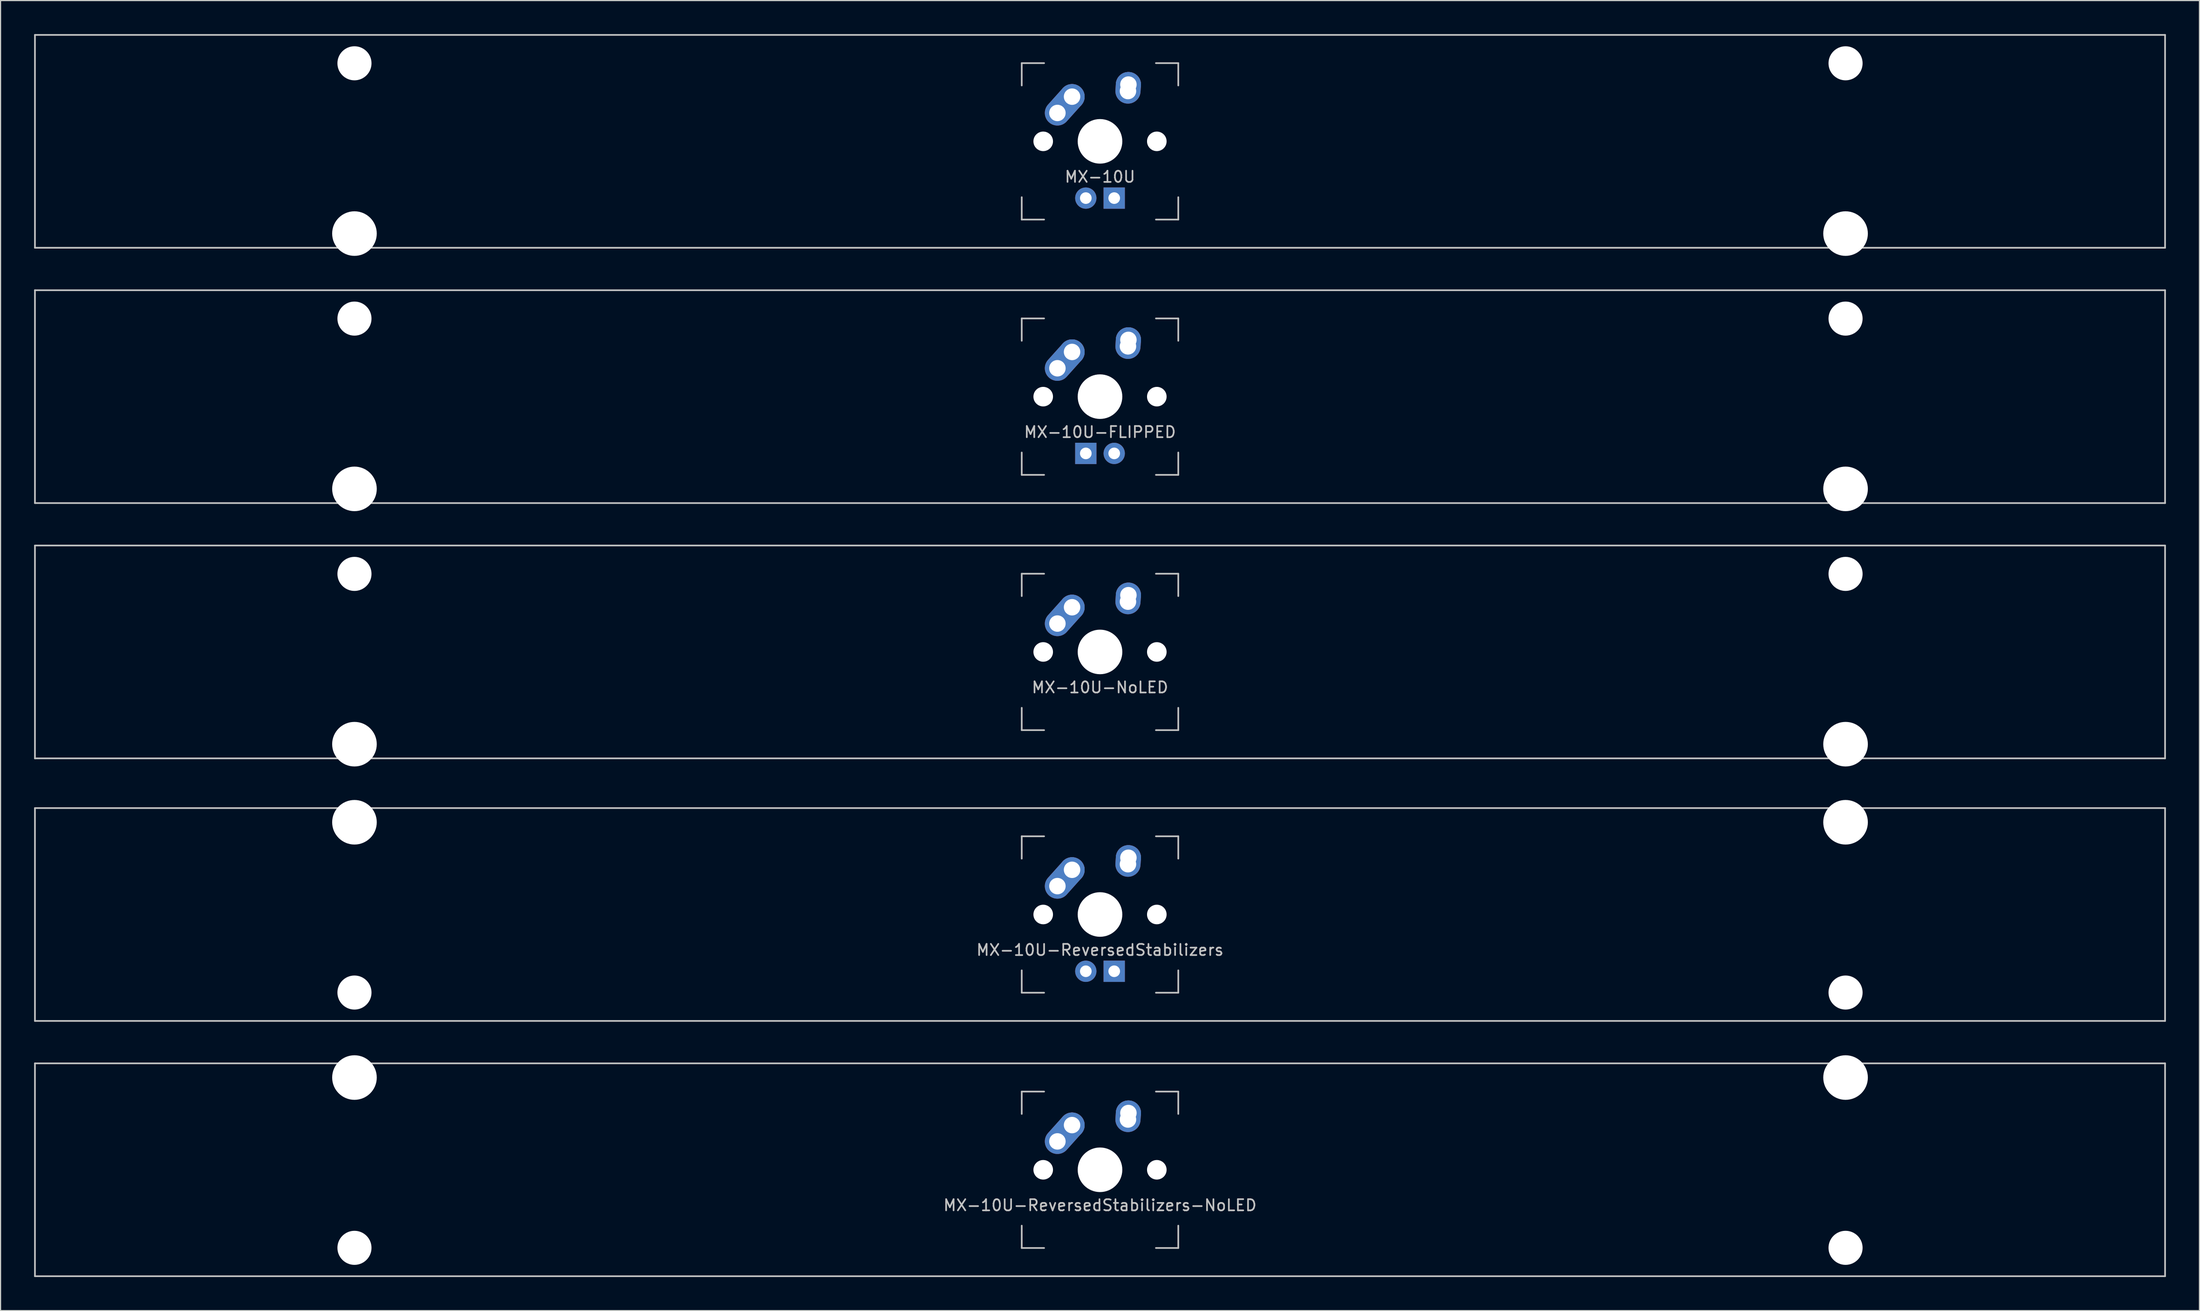
<source format=kicad_pcb>
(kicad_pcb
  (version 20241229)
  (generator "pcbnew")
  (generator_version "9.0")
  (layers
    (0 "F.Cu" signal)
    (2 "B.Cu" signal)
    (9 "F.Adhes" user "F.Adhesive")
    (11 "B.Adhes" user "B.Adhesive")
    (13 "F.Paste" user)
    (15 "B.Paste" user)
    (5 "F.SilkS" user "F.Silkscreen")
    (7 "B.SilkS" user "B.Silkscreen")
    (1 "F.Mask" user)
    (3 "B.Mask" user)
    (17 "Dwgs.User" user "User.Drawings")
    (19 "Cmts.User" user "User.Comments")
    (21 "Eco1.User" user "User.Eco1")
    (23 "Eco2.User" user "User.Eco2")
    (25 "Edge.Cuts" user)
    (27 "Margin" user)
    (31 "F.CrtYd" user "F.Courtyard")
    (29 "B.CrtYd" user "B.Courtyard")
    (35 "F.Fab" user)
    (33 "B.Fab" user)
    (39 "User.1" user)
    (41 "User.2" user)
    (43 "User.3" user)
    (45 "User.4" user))
  (footprint "MX-10U-FLIPPED"
    (layer "F.Cu")
    (at 95.325 32.449)
    (property "Reference" "MX-10U-FLIPPED" (at 0 3.175 0) (layer "Dwgs.User") (effects (font (size 1 1) (thickness 0.15))))
    (attr through_hole)
    (fp_line (start -95.25 -9.525) (end 95.25 -9.525) (stroke (width 0.15) (type solid)) (layer "Dwgs.User"))
    (fp_line (start -95.25 9.525) (end -95.25 -9.525) (stroke (width 0.15) (type solid)) (layer "Dwgs.User"))
    (fp_line (start -95.25 9.525) (end 95.25 9.525) (stroke (width 0.15) (type solid)) (layer "Dwgs.User"))
    (fp_line (start -7 -7) (end -7 -5) (stroke (width 0.15) (type solid)) (layer "Dwgs.User"))
    (fp_line (start -7 5) (end -7 7) (stroke (width 0.15) (type solid)) (layer "Dwgs.User"))
    (fp_line (start -7 7) (end -5 7) (stroke (width 0.15) (type solid)) (layer "Dwgs.User"))
    (fp_line (start -5 -7) (end -7 -7) (stroke (width 0.15) (type solid)) (layer "Dwgs.User"))
    (fp_line (start 5 -7) (end 7 -7) (stroke (width 0.15) (type solid)) (layer "Dwgs.User"))
    (fp_line (start 5 7) (end 7 7) (stroke (width 0.15) (type solid)) (layer "Dwgs.User"))
    (fp_line (start 7 -7) (end 7 -5) (stroke (width 0.15) (type solid)) (layer "Dwgs.User"))
    (fp_line (start 7 7) (end 7 5) (stroke (width 0.15) (type solid)) (layer "Dwgs.User"))
    (fp_line (start 95.25 -9.525) (end 95.25 9.525) (stroke (width 0.15) (type solid)) (layer "Dwgs.User"))
    (pad "" np_thru_hole circle (at -66.675 -6.985) (size 3.048 3.048) (drill 3.048) (layers "*.Cu" "*.Mask"))
    (pad "" np_thru_hole circle (at -66.675 8.255) (size 3.988 3.988) (drill 3.988) (layers "*.Cu" "*.Mask"))
    (pad "" np_thru_hole circle (at -5.08 0 48.1) (size 1.75 1.75) (drill 1.75) (layers "*.Cu" "*.Mask"))
    (pad "" np_thru_hole circle (at 0 0) (size 3.988 3.988) (drill 3.988) (layers "*.Cu" "*.Mask"))
    (pad "" np_thru_hole circle (at 5.08 0 48.1) (size 1.75 1.75) (drill 1.75) (layers "*.Cu" "*.Mask"))
    (pad "" np_thru_hole circle (at 66.675 -6.985) (size 3.048 3.048) (drill 3.048) (layers "*.Cu" "*.Mask"))
    (pad "" np_thru_hole circle (at 66.675 8.255) (size 3.988 3.988) (drill 3.988) (layers "*.Cu" "*.Mask"))
    (pad "1" thru_hole oval (at -3.81 -2.54 48.1) (size 4.212 2.25) (drill 1.47 (offset 0.981 0)) (layers "*.Cu" "B.Mask"))
    (pad "1" thru_hole circle (at -2.5 -4) (size 2.25 2.25) (drill 1.47) (layers "*.Cu" "B.Mask"))
    (pad "2" thru_hole oval (at 2.5 -4.5 86.055) (size 2.831 2.25) (drill 1.47 (offset 0.291 0)) (layers "*.Cu" "B.Mask"))
    (pad "2" thru_hole circle (at 2.54 -5.08) (size 2.25 2.25) (drill 1.47) (layers "*.Cu" "B.Mask"))
    (pad "3" thru_hole circle (at 1.27 5.08) (size 1.905 1.905) (drill 1.04) (layers "*.Cu" "B.Mask"))
    (pad "4" thru_hole rect (at -1.27 5.08) (size 1.905 1.905) (drill 1.04) (layers "*.Cu" "B.Mask")))
  (footprint "MX-10U-NoLED"
    (layer "F.Cu")
    (at 95.325 55.298)
    (property "Reference" "MX-10U-NoLED" (at 0 3.175 0) (layer "Dwgs.User") (effects (font (size 1 1) (thickness 0.15))))
    (attr through_hole)
    (fp_line (start -95.25 -9.525) (end 95.25 -9.525) (stroke (width 0.15) (type solid)) (layer "Dwgs.User"))
    (fp_line (start -95.25 9.525) (end -95.25 -9.525) (stroke (width 0.15) (type solid)) (layer "Dwgs.User"))
    (fp_line (start -95.25 9.525) (end 95.25 9.525) (stroke (width 0.15) (type solid)) (layer "Dwgs.User"))
    (fp_line (start -7 -7) (end -7 -5) (stroke (width 0.15) (type solid)) (layer "Dwgs.User"))
    (fp_line (start -7 5) (end -7 7) (stroke (width 0.15) (type solid)) (layer "Dwgs.User"))
    (fp_line (start -7 7) (end -5 7) (stroke (width 0.15) (type solid)) (layer "Dwgs.User"))
    (fp_line (start -5 -7) (end -7 -7) (stroke (width 0.15) (type solid)) (layer "Dwgs.User"))
    (fp_line (start 5 -7) (end 7 -7) (stroke (width 0.15) (type solid)) (layer "Dwgs.User"))
    (fp_line (start 5 7) (end 7 7) (stroke (width 0.15) (type solid)) (layer "Dwgs.User"))
    (fp_line (start 7 -7) (end 7 -5) (stroke (width 0.15) (type solid)) (layer "Dwgs.User"))
    (fp_line (start 7 7) (end 7 5) (stroke (width 0.15) (type solid)) (layer "Dwgs.User"))
    (fp_line (start 95.25 -9.525) (end 95.25 9.525) (stroke (width 0.15) (type solid)) (layer "Dwgs.User"))
    (pad "" np_thru_hole circle (at -66.675 -6.985) (size 3.048 3.048) (drill 3.048) (layers "*.Cu" "*.Mask"))
    (pad "" np_thru_hole circle (at -66.675 8.255) (size 3.988 3.988) (drill 3.988) (layers "*.Cu" "*.Mask"))
    (pad "" np_thru_hole circle (at -5.08 0 48.1) (size 1.75 1.75) (drill 1.75) (layers "*.Cu" "*.Mask"))
    (pad "" np_thru_hole circle (at 0 0) (size 3.988 3.988) (drill 3.988) (layers "*.Cu" "*.Mask"))
    (pad "" np_thru_hole circle (at 5.08 0 48.1) (size 1.75 1.75) (drill 1.75) (layers "*.Cu" "*.Mask"))
    (pad "" np_thru_hole circle (at 66.675 -6.985) (size 3.048 3.048) (drill 3.048) (layers "*.Cu" "*.Mask"))
    (pad "" np_thru_hole circle (at 66.675 8.255) (size 3.988 3.988) (drill 3.988) (layers "*.Cu" "*.Mask"))
    (pad "1" thru_hole oval (at -3.81 -2.54 48.1) (size 4.212 2.25) (drill 1.47 (offset 0.981 0)) (layers "*.Cu" "B.Mask"))
    (pad "1" thru_hole circle (at -2.5 -4) (size 2.25 2.25) (drill 1.47) (layers "*.Cu" "B.Mask"))
    (pad "2" thru_hole oval (at 2.5 -4.5 86.055) (size 2.831 2.25) (drill 1.47 (offset 0.291 0)) (layers "*.Cu" "B.Mask"))
    (pad "2" thru_hole circle (at 2.54 -5.08) (size 2.25 2.25) (drill 1.47) (layers "*.Cu" "B.Mask")))
  (footprint "MX-10U"
    (layer "F.Cu")
    (at 95.325 9.6)
    (property "Reference" "MX-10U" (at 0 3.175 0) (layer "Dwgs.User") (effects (font (size 1 1) (thickness 0.15))))
    (attr through_hole)
    (fp_line (start -95.25 -9.525) (end 95.25 -9.525) (stroke (width 0.15) (type solid)) (layer "Dwgs.User"))
    (fp_line (start -95.25 9.525) (end -95.25 -9.525) (stroke (width 0.15) (type solid)) (layer "Dwgs.User"))
    (fp_line (start -95.25 9.525) (end 95.25 9.525) (stroke (width 0.15) (type solid)) (layer "Dwgs.User"))
    (fp_line (start -7 -7) (end -7 -5) (stroke (width 0.15) (type solid)) (layer "Dwgs.User"))
    (fp_line (start -7 5) (end -7 7) (stroke (width 0.15) (type solid)) (layer "Dwgs.User"))
    (fp_line (start -7 7) (end -5 7) (stroke (width 0.15) (type solid)) (layer "Dwgs.User"))
    (fp_line (start -5 -7) (end -7 -7) (stroke (width 0.15) (type solid)) (layer "Dwgs.User"))
    (fp_line (start 5 -7) (end 7 -7) (stroke (width 0.15) (type solid)) (layer "Dwgs.User"))
    (fp_line (start 5 7) (end 7 7) (stroke (width 0.15) (type solid)) (layer "Dwgs.User"))
    (fp_line (start 7 -7) (end 7 -5) (stroke (width 0.15) (type solid)) (layer "Dwgs.User"))
    (fp_line (start 7 7) (end 7 5) (stroke (width 0.15) (type solid)) (layer "Dwgs.User"))
    (fp_line (start 95.25 -9.525) (end 95.25 9.525) (stroke (width 0.15) (type solid)) (layer "Dwgs.User"))
    (pad "" np_thru_hole circle (at -66.675 -6.985) (size 3.048 3.048) (drill 3.048) (layers "*.Cu" "*.Mask"))
    (pad "" np_thru_hole circle (at -66.675 8.255) (size 3.988 3.988) (drill 3.988) (layers "*.Cu" "*.Mask"))
    (pad "" np_thru_hole circle (at -5.08 0 48.1) (size 1.75 1.75) (drill 1.75) (layers "*.Cu" "*.Mask"))
    (pad "" np_thru_hole circle (at 0 0) (size 3.988 3.988) (drill 3.988) (layers "*.Cu" "*.Mask"))
    (pad "" np_thru_hole circle (at 5.08 0 48.1) (size 1.75 1.75) (drill 1.75) (layers "*.Cu" "*.Mask"))
    (pad "" np_thru_hole circle (at 66.675 -6.985) (size 3.048 3.048) (drill 3.048) (layers "*.Cu" "*.Mask"))
    (pad "" np_thru_hole circle (at 66.675 8.255) (size 3.988 3.988) (drill 3.988) (layers "*.Cu" "*.Mask"))
    (pad "1" thru_hole oval (at -3.81 -2.54 48.1) (size 4.212 2.25) (drill 1.47 (offset 0.981 0)) (layers "*.Cu" "B.Mask"))
    (pad "1" thru_hole circle (at -2.5 -4) (size 2.25 2.25) (drill 1.47) (layers "*.Cu" "B.Mask"))
    (pad "2" thru_hole oval (at 2.5 -4.5 86.055) (size 2.831 2.25) (drill 1.47 (offset 0.291 0)) (layers "*.Cu" "B.Mask"))
    (pad "2" thru_hole circle (at 2.54 -5.08) (size 2.25 2.25) (drill 1.47) (layers "*.Cu" "B.Mask"))
    (pad "3" thru_hole circle (at -1.27 5.08) (size 1.905 1.905) (drill 1.04) (layers "*.Cu" "B.Mask"))
    (pad "4" thru_hole rect (at 1.27 5.08) (size 1.905 1.905) (drill 1.04) (layers "*.Cu" "B.Mask")))
  (footprint "MX-10U-ReversedStabilizers-NoLED"
    (layer "F.Cu")
    (at 95.325 101.644)
    (property "Reference" "MX-10U-ReversedStabilizers-NoLED" (at 0 3.175 0) (layer "Dwgs.User") (effects (font (size 1 1) (thickness 0.15))))
    (attr through_hole)
    (fp_line (start -95.25 -9.525) (end 95.25 -9.525) (stroke (width 0.15) (type solid)) (layer "Dwgs.User"))
    (fp_line (start -95.25 9.525) (end -95.25 -9.525) (stroke (width 0.15) (type solid)) (layer "Dwgs.User"))
    (fp_line (start -95.25 9.525) (end 95.25 9.525) (stroke (width 0.15) (type solid)) (layer "Dwgs.User"))
    (fp_line (start -7 -7) (end -7 -5) (stroke (width 0.15) (type solid)) (layer "Dwgs.User"))
    (fp_line (start -7 5) (end -7 7) (stroke (width 0.15) (type solid)) (layer "Dwgs.User"))
    (fp_line (start -7 7) (end -5 7) (stroke (width 0.15) (type solid)) (layer "Dwgs.User"))
    (fp_line (start -5 -7) (end -7 -7) (stroke (width 0.15) (type solid)) (layer "Dwgs.User"))
    (fp_line (start 5 -7) (end 7 -7) (stroke (width 0.15) (type solid)) (layer "Dwgs.User"))
    (fp_line (start 5 7) (end 7 7) (stroke (width 0.15) (type solid)) (layer "Dwgs.User"))
    (fp_line (start 7 -7) (end 7 -5) (stroke (width 0.15) (type solid)) (layer "Dwgs.User"))
    (fp_line (start 7 7) (end 7 5) (stroke (width 0.15) (type solid)) (layer "Dwgs.User"))
    (fp_line (start 95.25 -9.525) (end 95.25 9.525) (stroke (width 0.15) (type solid)) (layer "Dwgs.User"))
    (pad "" np_thru_hole circle (at -66.675 -8.255) (size 3.988 3.988) (drill 3.988) (layers "*.Cu" "*.Mask"))
    (pad "" np_thru_hole circle (at -66.675 6.985) (size 3.048 3.048) (drill 3.048) (layers "*.Cu" "*.Mask"))
    (pad "" np_thru_hole circle (at -5.08 0 48.1) (size 1.75 1.75) (drill 1.75) (layers "*.Cu" "*.Mask"))
    (pad "" np_thru_hole circle (at 0 0) (size 3.988 3.988) (drill 3.988) (layers "*.Cu" "*.Mask"))
    (pad "" np_thru_hole circle (at 5.08 0 48.1) (size 1.75 1.75) (drill 1.75) (layers "*.Cu" "*.Mask"))
    (pad "" np_thru_hole circle (at 66.675 -8.255) (size 3.988 3.988) (drill 3.988) (layers "*.Cu" "*.Mask"))
    (pad "" np_thru_hole circle (at 66.675 6.985) (size 3.048 3.048) (drill 3.048) (layers "*.Cu" "*.Mask"))
    (pad "1" thru_hole oval (at -3.81 -2.54 48.1) (size 4.212 2.25) (drill 1.47 (offset 0.981 0)) (layers "*.Cu" "B.Mask"))
    (pad "1" thru_hole circle (at -2.5 -4) (size 2.25 2.25) (drill 1.47) (layers "*.Cu" "B.Mask"))
    (pad "2" thru_hole oval (at 2.5 -4.5 86.055) (size 2.831 2.25) (drill 1.47 (offset 0.291 0)) (layers "*.Cu" "B.Mask"))
    (pad "2" thru_hole circle (at 2.54 -5.08) (size 2.25 2.25) (drill 1.47) (layers "*.Cu" "B.Mask")))
  (footprint "MX-10U-ReversedStabilizers"
    (layer "F.Cu")
    (at 95.325 78.796)
    (property "Reference" "MX-10U-ReversedStabilizers" (at 0 3.175 0) (layer "Dwgs.User") (effects (font (size 1 1) (thickness 0.15))))
    (attr through_hole)
    (fp_line (start -95.25 -9.525) (end 95.25 -9.525) (stroke (width 0.15) (type solid)) (layer "Dwgs.User"))
    (fp_line (start -95.25 9.525) (end -95.25 -9.525) (stroke (width 0.15) (type solid)) (layer "Dwgs.User"))
    (fp_line (start -95.25 9.525) (end 95.25 9.525) (stroke (width 0.15) (type solid)) (layer "Dwgs.User"))
    (fp_line (start -7 -7) (end -7 -5) (stroke (width 0.15) (type solid)) (layer "Dwgs.User"))
    (fp_line (start -7 5) (end -7 7) (stroke (width 0.15) (type solid)) (layer "Dwgs.User"))
    (fp_line (start -7 7) (end -5 7) (stroke (width 0.15) (type solid)) (layer "Dwgs.User"))
    (fp_line (start -5 -7) (end -7 -7) (stroke (width 0.15) (type solid)) (layer "Dwgs.User"))
    (fp_line (start 5 -7) (end 7 -7) (stroke (width 0.15) (type solid)) (layer "Dwgs.User"))
    (fp_line (start 5 7) (end 7 7) (stroke (width 0.15) (type solid)) (layer "Dwgs.User"))
    (fp_line (start 7 -7) (end 7 -5) (stroke (width 0.15) (type solid)) (layer "Dwgs.User"))
    (fp_line (start 7 7) (end 7 5) (stroke (width 0.15) (type solid)) (layer "Dwgs.User"))
    (fp_line (start 95.25 -9.525) (end 95.25 9.525) (stroke (width 0.15) (type solid)) (layer "Dwgs.User"))
    (pad "" np_thru_hole circle (at -66.675 -8.255) (size 3.988 3.988) (drill 3.988) (layers "*.Cu" "*.Mask"))
    (pad "" np_thru_hole circle (at -66.675 6.985) (size 3.048 3.048) (drill 3.048) (layers "*.Cu" "*.Mask"))
    (pad "" np_thru_hole circle (at -5.08 0 48.1) (size 1.75 1.75) (drill 1.75) (layers "*.Cu" "*.Mask"))
    (pad "" np_thru_hole circle (at 0 0) (size 3.988 3.988) (drill 3.988) (layers "*.Cu" "*.Mask"))
    (pad "" np_thru_hole circle (at 5.08 0 48.1) (size 1.75 1.75) (drill 1.75) (layers "*.Cu" "*.Mask"))
    (pad "" np_thru_hole circle (at 66.675 -8.255) (size 3.988 3.988) (drill 3.988) (layers "*.Cu" "*.Mask"))
    (pad "" np_thru_hole circle (at 66.675 6.985) (size 3.048 3.048) (drill 3.048) (layers "*.Cu" "*.Mask"))
    (pad "1" thru_hole oval (at -3.81 -2.54 48.1) (size 4.212 2.25) (drill 1.47 (offset 0.981 0)) (layers "*.Cu" "B.Mask"))
    (pad "1" thru_hole circle (at -2.5 -4) (size 2.25 2.25) (drill 1.47) (layers "*.Cu" "B.Mask"))
    (pad "2" thru_hole oval (at 2.5 -4.5 86.055) (size 2.831 2.25) (drill 1.47 (offset 0.291 0)) (layers "*.Cu" "B.Mask"))
    (pad "2" thru_hole circle (at 2.54 -5.08) (size 2.25 2.25) (drill 1.47) (layers "*.Cu" "B.Mask"))
    (pad "3" thru_hole circle (at -1.27 5.08) (size 1.905 1.905) (drill 1.04) (layers "*.Cu" "B.Mask"))
    (pad "4" thru_hole rect (at 1.27 5.08) (size 1.905 1.905) (drill 1.04) (layers "*.Cu" "B.Mask")))
  (gr_rect
    (start -3 -3)
    (end 193.65 114.245)
    (stroke (width 0.1) (type default))
    (fill no)
    (layer "Edge.Cuts")))
</source>
